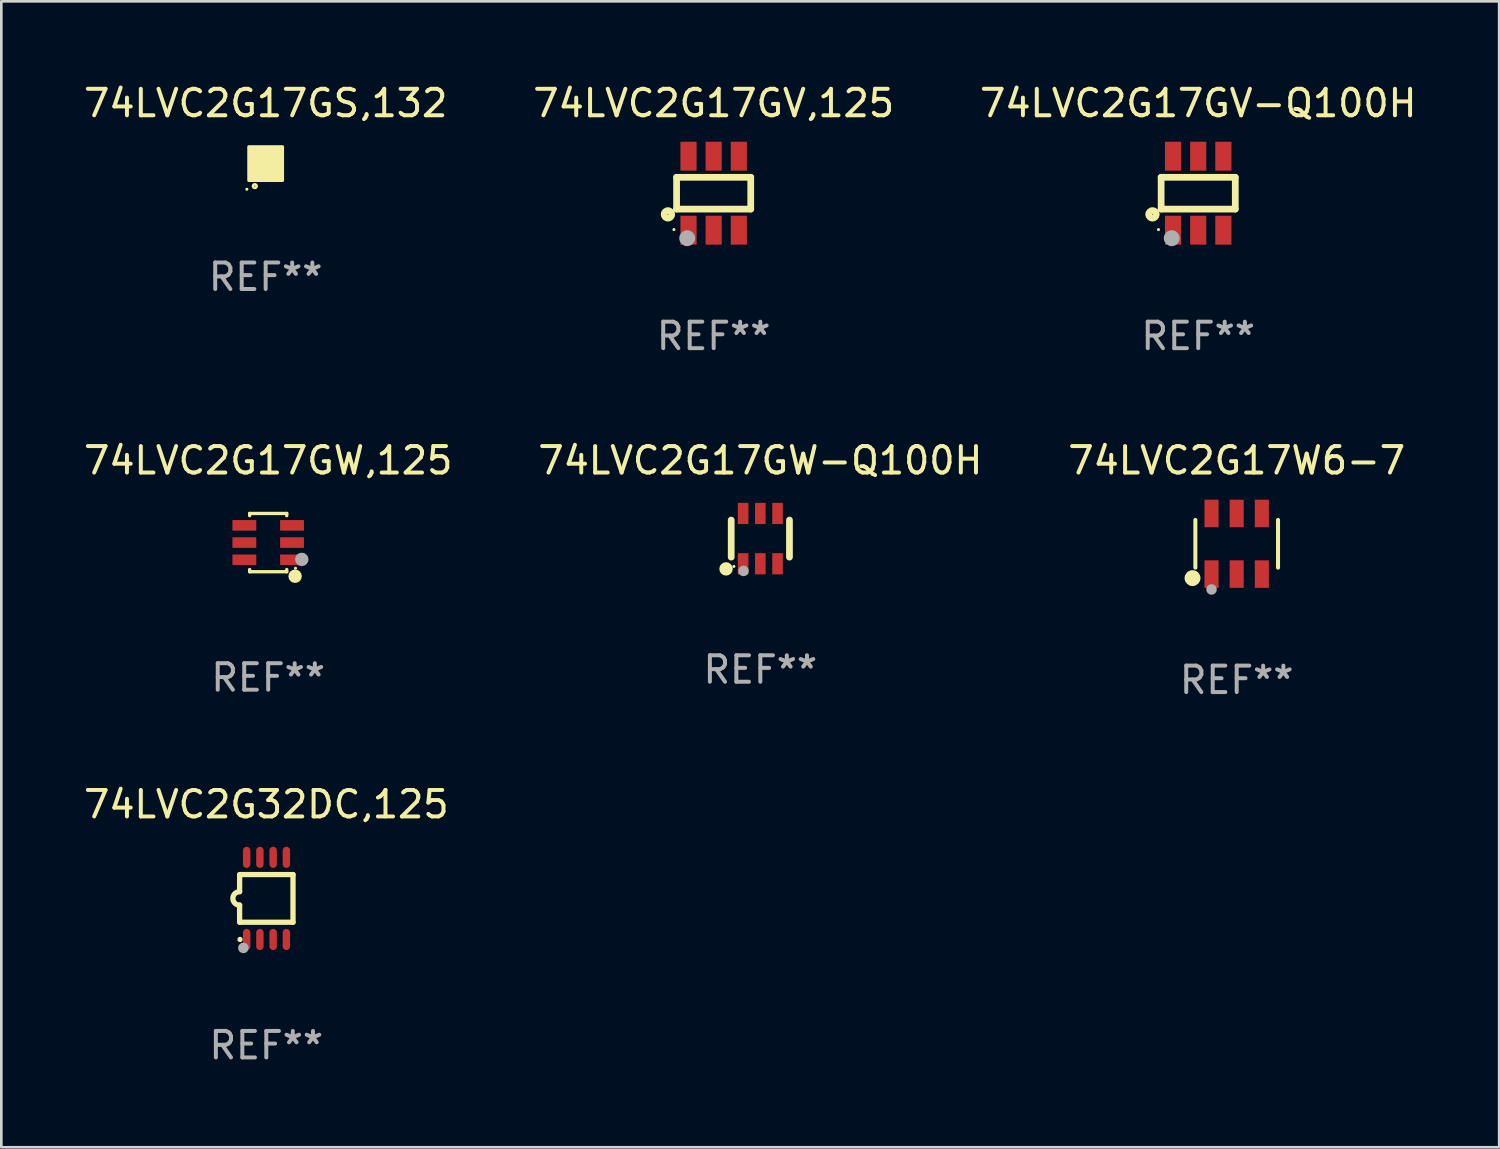
<source format=kicad_pcb>
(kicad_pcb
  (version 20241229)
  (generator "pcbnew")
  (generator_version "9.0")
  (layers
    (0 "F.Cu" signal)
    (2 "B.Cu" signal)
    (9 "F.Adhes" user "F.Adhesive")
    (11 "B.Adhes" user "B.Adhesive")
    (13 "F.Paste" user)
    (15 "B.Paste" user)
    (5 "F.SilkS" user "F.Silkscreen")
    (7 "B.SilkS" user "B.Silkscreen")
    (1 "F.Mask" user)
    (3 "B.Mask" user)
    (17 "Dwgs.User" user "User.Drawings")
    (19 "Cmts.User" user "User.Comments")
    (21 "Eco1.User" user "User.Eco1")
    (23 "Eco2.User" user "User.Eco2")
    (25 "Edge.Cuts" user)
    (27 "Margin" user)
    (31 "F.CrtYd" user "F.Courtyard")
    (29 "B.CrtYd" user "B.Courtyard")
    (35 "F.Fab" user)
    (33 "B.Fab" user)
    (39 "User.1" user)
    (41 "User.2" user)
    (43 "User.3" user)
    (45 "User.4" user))
  (footprint "74LVC2G17GV,125"
    (layer "F.Cu")
    (at 23.899 4.245)
    (property "Reference" "74LVC2G17GV,125" (at 0 -3.397 0) (layer "F.SilkS") (effects (font (size 1 1) (thickness 0.15))))
    (attr through_hole)
    (fp_line (start -1.4 -0.6) (end 1.4 -0.6) (stroke (width 0.254) (type solid)) (layer "F.SilkS"))
    (fp_line (start -1.4 0.6) (end -1.4 -0.6) (stroke (width 0.254) (type solid)) (layer "F.SilkS"))
    (fp_line (start -1.4 0.6) (end 1.4 0.6) (stroke (width 0.254) (type solid)) (layer "F.SilkS"))
    (fp_line (start 1.4 -0.6) (end 1.4 0.6) (stroke (width 0.254) (type solid)) (layer "F.SilkS"))
    (fp_circle (center -1.727 0.8) (end -1.585 0.8) (stroke (width 0.254) (type solid)) (fill no) (layer "F.SilkS"))
    (fp_circle (center -1.5 1.375) (end -1.47 1.375) (stroke (width 0.06) (type solid)) (fill no) (layer "F.SilkS"))
    (fp_circle (center -1 1.7) (end -0.85 1.7) (stroke (width 0.3) (type solid)) (fill no) (layer "F.Fab"))
    (fp_text user "REF**" (at 0 5.397 0) (layer "F.Fab") (effects (font (size 1 1) (thickness 0.15))))
    (pad "1" smd rect (at -0.95 1.397 180) (size 0.61 1.092) (layers "F.Cu" "F.Mask" "F.Paste"))
    (pad "2" smd rect (at 0 1.397 180) (size 0.61 1.092) (layers "F.Cu" "F.Mask" "F.Paste"))
    (pad "3" smd rect (at 0.95 1.397 180) (size 0.61 1.092) (layers "F.Cu" "F.Mask" "F.Paste"))
    (pad "4" smd rect (at 0.95 -1.397 180) (size 0.61 1.092) (layers "F.Cu" "F.Mask" "F.Paste"))
    (pad "5" smd rect (at 0 -1.397 180) (size 0.61 1.092) (layers "F.Cu" "F.Mask" "F.Paste"))
    (pad "6" smd rect (at -0.95 -1.397 180) (size 0.61 1.092) (layers "F.Cu" "F.Mask" "F.Paste")))
  (footprint "74LVC2G17GW,125"
    (layer "F.Cu")
    (at 7.077 17.439)
    (property "Reference" "74LVC2G17GW,125" (at 0 -3.1 0) (layer "F.SilkS") (effects (font (size 1 1) (thickness 0.15))))
    (attr through_hole)
    (fp_line (start -0.7 -1.018) (end -0.7 -1.1) (stroke (width 0.127) (type solid)) (layer "F.SilkS"))
    (fp_line (start -0.7 1.1) (end -0.7 1.018) (stroke (width 0.127) (type solid)) (layer "F.SilkS"))
    (fp_line (start 0.7 -1.1) (end -0.7 -1.1) (stroke (width 0.127) (type solid)) (layer "F.SilkS"))
    (fp_line (start 0.7 -1.018) (end 0.7 -1.1) (stroke (width 0.127) (type solid)) (layer "F.SilkS"))
    (fp_line (start 0.7 1.1) (end -0.7 1.1) (stroke (width 0.127) (type solid)) (layer "F.SilkS"))
    (fp_line (start 0.7 1.1) (end 0.7 1.018) (stroke (width 0.127) (type solid)) (layer "F.SilkS"))
    (fp_circle (center 1.016 1.27) (end 1.143 1.27) (stroke (width 0.254) (type solid)) (fill no) (layer "F.SilkS"))
    (fp_circle (center 1.032 0.97) (end 1.062 0.97) (stroke (width 0.06) (type solid)) (fill no) (layer "F.SilkS"))
    (fp_circle (center 1.27 0.635) (end 1.397 0.635) (stroke (width 0.254) (type solid)) (fill no) (layer "F.Fab"))
    (fp_text user "REF**" (at 0 5.1 0) (layer "F.Fab") (effects (font (size 1 1) (thickness 0.15))))
    (pad "1" smd rect (at 0.9 0.65 90) (size 0.4 0.9) (layers "F.Cu" "F.Mask" "F.Paste"))
    (pad "2" smd rect (at 0.9 -0.000102 90) (size 0.4 0.9) (layers "F.Cu" "F.Mask" "F.Paste"))
    (pad "3" smd rect (at 0.9 -0.65 90) (size 0.4 0.9) (layers "F.Cu" "F.Mask" "F.Paste"))
    (pad "4" smd rect (at -0.9 -0.65 90) (size 0.4 0.9) (layers "F.Cu" "F.Mask" "F.Paste"))
    (pad "5" smd rect (at -0.9 -0.000102 90) (size 0.4 0.9) (layers "F.Cu" "F.Mask" "F.Paste"))
    (pad "6" smd rect (at -0.9 0.65 90) (size 0.4 0.9) (layers "F.Cu" "F.Mask" "F.Paste")))
  (footprint "74LVC2G17GV-Q100H"
    (layer "F.Cu")
    (at 42.196 4.245)
    (property "Reference" "74LVC2G17GV-Q100H" (at 0 -3.397 0) (layer "F.SilkS") (effects (font (size 1 1) (thickness 0.15))))
    (attr through_hole)
    (fp_line (start -1.4 -0.6) (end 1.4 -0.6) (stroke (width 0.254) (type solid)) (layer "F.SilkS"))
    (fp_line (start -1.4 0.6) (end -1.4 -0.6) (stroke (width 0.254) (type solid)) (layer "F.SilkS"))
    (fp_line (start -1.4 0.6) (end 1.4 0.6) (stroke (width 0.254) (type solid)) (layer "F.SilkS"))
    (fp_line (start 1.4 -0.6) (end 1.4 0.6) (stroke (width 0.254) (type solid)) (layer "F.SilkS"))
    (fp_circle (center -1.727 0.8) (end -1.585 0.8) (stroke (width 0.254) (type solid)) (fill no) (layer "F.SilkS"))
    (fp_circle (center -1.5 1.375) (end -1.47 1.375) (stroke (width 0.06) (type solid)) (fill no) (layer "F.SilkS"))
    (fp_circle (center -1 1.7) (end -0.85 1.7) (stroke (width 0.3) (type solid)) (fill no) (layer "F.Fab"))
    (fp_text user "REF**" (at 0 5.397 0) (layer "F.Fab") (effects (font (size 1 1) (thickness 0.15))))
    (pad "1" smd rect (at -0.95 1.397 180) (size 0.61 1.092) (layers "F.Cu" "F.Mask" "F.Paste"))
    (pad "2" smd rect (at 0 1.397 180) (size 0.61 1.092) (layers "F.Cu" "F.Mask" "F.Paste"))
    (pad "3" smd rect (at 0.95 1.397 180) (size 0.61 1.092) (layers "F.Cu" "F.Mask" "F.Paste"))
    (pad "4" smd rect (at 0.95 -1.397 180) (size 0.61 1.092) (layers "F.Cu" "F.Mask" "F.Paste"))
    (pad "5" smd rect (at 0 -1.397 180) (size 0.61 1.092) (layers "F.Cu" "F.Mask" "F.Paste"))
    (pad "6" smd rect (at -0.95 -1.397 180) (size 0.61 1.092) (layers "F.Cu" "F.Mask" "F.Paste")))
  (footprint "74LVC2G17GW-Q100H"
    (layer "F.Cu")
    (at 25.661 17.289)
    (property "Reference" "74LVC2G17GW-Q100H" (at 0 -2.95 0) (layer "F.SilkS") (effects (font (size 1 1) (thickness 0.15))))
    (attr through_hole)
    (fp_line (start -1.1 -0.7) (end -1.1 0.7) (stroke (width 0.254) (type solid)) (layer "F.SilkS"))
    (fp_line (start 1.1 -0.7) (end 1.1 0.7) (stroke (width 0.254) (type solid)) (layer "F.SilkS"))
    (fp_circle (center -1.295 1.143) (end -1.168 1.143) (stroke (width 0.254) (type solid)) (fill no) (layer "F.SilkS"))
    (fp_circle (center -1 1.05) (end -0.97 1.05) (stroke (width 0.06) (type solid)) (fill no) (layer "F.SilkS"))
    (fp_circle (center -0.635 1.219) (end -0.535 1.219) (stroke (width 0.2) (type solid)) (fill no) (layer "F.Fab"))
    (fp_text user "REF**" (at 0 4.95 0) (layer "F.Fab") (effects (font (size 1 1) (thickness 0.15))))
    (pad "1" smd rect (at -0.65 0.95) (size 0.4 0.8) (layers "F.Cu" "F.Mask" "F.Paste"))
    (pad "2" smd rect (at 0 0.95) (size 0.4 0.8) (layers "F.Cu" "F.Mask" "F.Paste"))
    (pad "3" smd rect (at 0.65 0.95) (size 0.4 0.8) (layers "F.Cu" "F.Mask" "F.Paste"))
    (pad "4" smd rect (at 0.65 -0.95) (size 0.4 0.8) (layers "F.Cu" "F.Mask" "F.Paste"))
    (pad "5" smd rect (at 0 -0.95) (size 0.4 0.8) (layers "F.Cu" "F.Mask" "F.Paste"))
    (pad "6" smd rect (at -0.65 -0.95) (size 0.4 0.8) (layers "F.Cu" "F.Mask" "F.Paste")))
  (footprint "74LVC2G17W6-7"
    (layer "F.Cu")
    (at 43.649 17.484)
    (property "Reference" "74LVC2G17W6-7" (at 0 -3.145 0) (layer "F.SilkS") (effects (font (size 1 1) (thickness 0.15))))
    (attr through_hole)
    (fp_line (start -1.561 0.901) (end -1.561 -0.901) (stroke (width 0.152) (type solid)) (layer "F.SilkS"))
    (fp_line (start 1.561 0.901) (end 1.561 -0.901) (stroke (width 0.152) (type solid)) (layer "F.SilkS"))
    (fp_circle (center -1.668 1.297) (end -1.518 1.297) (stroke (width 0.3) (type solid)) (fill no) (layer "F.SilkS"))
    (fp_circle (center -1.485 1.425) (end -1.455 1.425) (stroke (width 0.06) (type solid)) (fill no) (layer "F.SilkS"))
    (fp_circle (center -0.95 1.725) (end -0.85 1.725) (stroke (width 0.2) (type solid)) (fill no) (layer "F.Fab"))
    (fp_text user "REF**" (at 0 5.145 0) (layer "F.Fab") (effects (font (size 1 1) (thickness 0.15))))
    (pad "1" smd rect (at -0.95 1.145) (size 0.532 1.04) (layers "F.Cu" "F.Mask" "F.Paste"))
    (pad "2" smd rect (at 0 1.145) (size 0.532 1.04) (layers "F.Cu" "F.Mask" "F.Paste"))
    (pad "3" smd rect (at 0.95 1.145) (size 0.532 1.04) (layers "F.Cu" "F.Mask" "F.Paste"))
    (pad "4" smd rect (at 0.95 -1.145) (size 0.532 1.04) (layers "F.Cu" "F.Mask" "F.Paste"))
    (pad "5" smd rect (at 0 -1.145) (size 0.532 1.04) (layers "F.Cu" "F.Mask" "F.Paste"))
    (pad "6" smd rect (at -0.95 -1.145) (size 0.532 1.04) (layers "F.Cu" "F.Mask" "F.Paste")))
  (footprint "74LVC2G32DC,125"
    (layer "F.Cu")
    (at 7.006 30.875)
    (property "Reference" "74LVC2G32DC,125" (at 0 -3.55 0) (layer "F.SilkS") (effects (font (size 1 1) (thickness 0.15))))
    (attr through_hole)
    (fp_line (start -1.008 -0.254) (end -1.008 -0.9) (stroke (width 0.2) (type solid)) (layer "F.SilkS"))
    (fp_line (start -1.008 0.254) (end -1.008 0.9) (stroke (width 0.2) (type solid)) (layer "F.SilkS"))
    (fp_line (start -0.992 0.9) (end 1.008 0.9) (stroke (width 0.2) (type solid)) (layer "F.SilkS"))
    (fp_line (start 1.008 -0.9) (end -0.992 -0.9) (stroke (width 0.2) (type solid)) (layer "F.SilkS"))
    (fp_line (start 1.008 0.9) (end 1.008 -0.9) (stroke (width 0.2) (type solid)) (layer "F.SilkS"))
    (fp_arc (start -1.008001 0.254001) (mid -1.262002 0) (end -1.008001 -0.254001) (stroke (width 0.2) (type solid)) (layer "F.SilkS"))
    (fp_circle (center -0.992 1.55) (end -0.942 1.55) (stroke (width 0.1) (type solid)) (fill no) (layer "F.SilkS"))
    (fp_circle (center -0.866 1.87) (end -0.766 1.87) (stroke (width 0.2) (type solid)) (fill no) (layer "F.Fab"))
    (fp_text user "REF**" (at 0 5.55 0) (layer "F.Fab") (effects (font (size 1 1) (thickness 0.15))))
    (pad "1" smd oval (at -0.742 1.55 270) (size 0.8 0.28) (layers "F.Cu" "F.Mask" "F.Paste"))
    (pad "2" smd oval (at -0.242 1.55 270) (size 0.8 0.28) (layers "F.Cu" "F.Mask" "F.Paste"))
    (pad "3" smd oval (at 0.258 1.55 270) (size 0.8 0.28) (layers "F.Cu" "F.Mask" "F.Paste"))
    (pad "4" smd oval (at 0.758 1.55 270) (size 0.8 0.28) (layers "F.Cu" "F.Mask" "F.Paste"))
    (pad "5" smd oval (at 0.758 -1.55 270) (size 0.8 0.28) (layers "F.Cu" "F.Mask" "F.Paste"))
    (pad "6" smd oval (at 0.258 -1.55 270) (size 0.8 0.28) (layers "F.Cu" "F.Mask" "F.Paste"))
    (pad "7" smd oval (at -0.242 -1.55 270) (size 0.8 0.28) (layers "F.Cu" "F.Mask" "F.Paste"))
    (pad "8" smd oval (at -0.742 -1.55 270) (size 0.8 0.28) (layers "F.Cu" "F.Mask" "F.Paste")))
  (footprint "74LVC2G17GS,132"
    (layer "F.Cu")
    (at 6.982 3.128)
    (property "Reference" "74LVC2G17GS,132" (at 0 -2.28 0) (layer "F.SilkS") (effects (font (size 1 1) (thickness 0.15))))
    (attr through_hole)
    (fp_circle (center -0.71 0.968) (end -0.68 0.968) (stroke (width 0.06) (type solid)) (fill no) (layer "F.SilkS"))
    (fp_circle (center -0.41 0.85) (end -0.342 0.85) (stroke (width 0.1) (type solid)) (fill no) (layer "F.SilkS"))
    (fp_poly (pts (xy -0.635 -0.635) (xy 0.635 -0.635) (xy 0.635 0.635) (xy -0.635 0.635)) (stroke (width 0.12) (type solid)) (fill yes) (layer "F.SilkS"))
    (fp_text user "REF**" (at 0 4.28 0) (layer "F.Fab") (effects (font (size 1 1) (thickness 0.15))))
    (pad "1" smd rect (at -0.35 0.28 90) (size 0.35 0.2) (layers "F.Cu" "F.Mask" "F.Paste"))
    (pad "2" smd rect (at 0 0.28 90) (size 0.35 0.2) (layers "F.Cu" "F.Mask" "F.Paste"))
    (pad "3" smd rect (at 0.35 0.28 90) (size 0.35 0.2) (layers "F.Cu" "F.Mask" "F.Paste"))
    (pad "4" smd rect (at 0.35 -0.28 90) (size 0.35 0.2) (layers "F.Cu" "F.Mask" "F.Paste"))
    (pad "5" smd rect (at 0 -0.28 90) (size 0.35 0.2) (layers "F.Cu" "F.Mask" "F.Paste"))
    (pad "6" smd rect (at -0.35 -0.28 90) (size 0.35 0.2) (layers "F.Cu" "F.Mask" "F.Paste")))
  (gr_rect
    (start -3 -3)
    (end 53.56 40.273)
    (stroke (width 0.1) (type default))
    (fill no)
    (layer "Edge.Cuts")))
</source>
